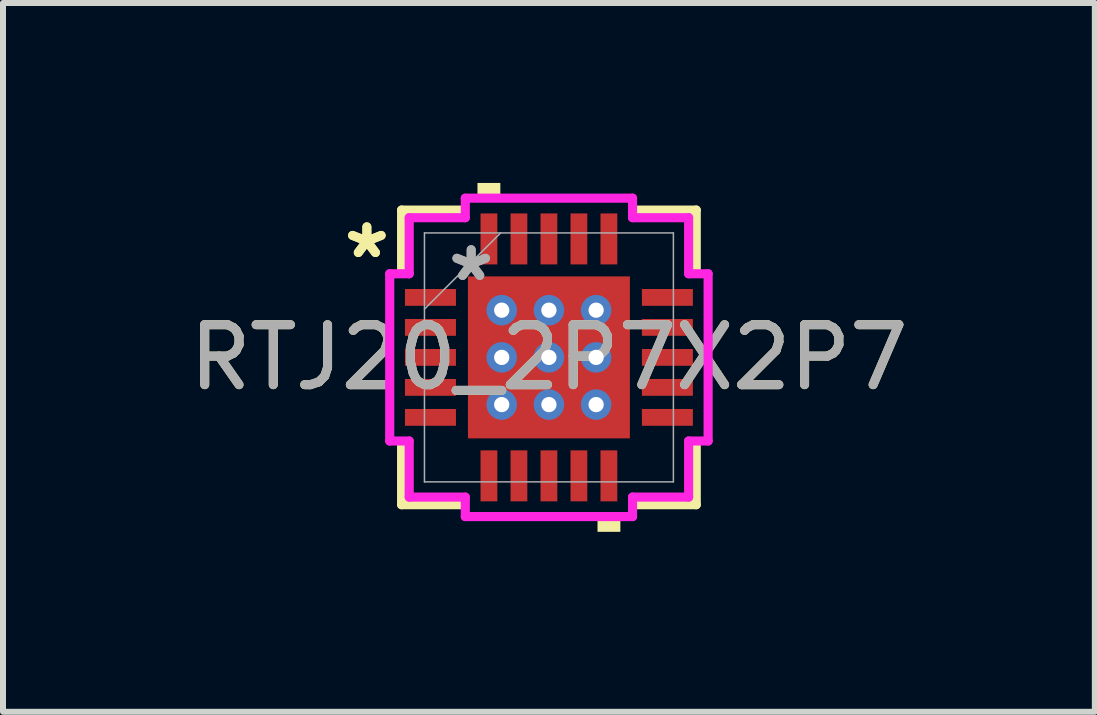
<source format=kicad_pcb>
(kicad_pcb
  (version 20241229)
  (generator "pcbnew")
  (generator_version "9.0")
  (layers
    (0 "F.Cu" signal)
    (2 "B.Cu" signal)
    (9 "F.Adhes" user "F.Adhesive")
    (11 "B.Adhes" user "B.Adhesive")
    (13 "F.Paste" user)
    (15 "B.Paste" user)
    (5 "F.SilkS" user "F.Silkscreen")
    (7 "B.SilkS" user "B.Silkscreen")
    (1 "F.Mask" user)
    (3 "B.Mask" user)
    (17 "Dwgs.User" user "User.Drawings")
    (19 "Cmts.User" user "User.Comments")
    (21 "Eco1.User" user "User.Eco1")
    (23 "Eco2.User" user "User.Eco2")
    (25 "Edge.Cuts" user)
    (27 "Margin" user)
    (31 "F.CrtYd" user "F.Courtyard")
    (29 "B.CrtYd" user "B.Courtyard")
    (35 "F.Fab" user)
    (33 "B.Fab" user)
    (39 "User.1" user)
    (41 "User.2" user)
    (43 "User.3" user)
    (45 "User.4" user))
  (footprint "RTJ20_2P7X2P7"
    (layer "F.Cu")
    (at 6.101 2.908)
    (property "Reference" "RTJ20_2P7X2P7" (at 0 0 0) (unlocked yes) (layer "F.SilkS") (effects (font (size 1 1) (thickness 0.15))))
    (attr smd)
    (fp_poly (pts (xy -1.413 -1.413) (xy -0.987 -1.413) (xy -0.987 1.413) (xy -1.413 1.413)) (stroke (width 0) (type solid)) (fill yes) (layer "F.Mask"))
    (fp_poly (pts (xy -1.413 -1.413) (xy 1.413 -1.413) (xy 1.413 -0.987) (xy -1.413 -0.987)) (stroke (width 0) (type solid)) (fill yes) (layer "F.Mask"))
    (fp_poly (pts (xy -1.413 -0.587) (xy 1.413 -0.587) (xy 1.413 -0.2) (xy -1.413 -0.2)) (stroke (width 0) (type solid)) (fill yes) (layer "F.Mask"))
    (fp_poly (pts (xy -1.413 0.2) (xy 1.413 0.2) (xy 1.413 0.587) (xy -1.413 0.587)) (stroke (width 0) (type solid)) (fill yes) (layer "F.Mask"))
    (fp_poly (pts (xy -1.413 0.987) (xy 1.413 0.987) (xy 1.413 1.413) (xy -1.413 1.413)) (stroke (width 0) (type solid)) (fill yes) (layer "F.Mask"))
    (fp_poly (pts (xy -0.2 -1.413) (xy -0.587 -1.413) (xy -0.587 1.413) (xy -0.2 1.413)) (stroke (width 0) (type solid)) (fill yes) (layer "F.Mask"))
    (fp_poly (pts (xy 0.587 -1.413) (xy 0.2 -1.413) (xy 0.2 1.413) (xy 0.587 1.413)) (stroke (width 0) (type solid)) (fill yes) (layer "F.Mask"))
    (fp_poly (pts (xy 0.987 -1.413) (xy 1.413 -1.413) (xy 1.413 1.413) (xy 0.987 1.413)) (stroke (width 0) (type solid)) (fill yes) (layer "F.Mask"))
    (fp_line (start -2.456 -2.456) (end -2.456 -1.468) (stroke (width 0.152) (type solid)) (layer "F.SilkS"))
    (fp_line (start -2.456 1.468) (end -2.456 2.456) (stroke (width 0.152) (type solid)) (layer "F.SilkS"))
    (fp_line (start -2.456 2.456) (end -1.468 2.456) (stroke (width 0.152) (type solid)) (layer "F.SilkS"))
    (fp_line (start -1.468 -2.456) (end -2.456 -2.456) (stroke (width 0.152) (type solid)) (layer "F.SilkS"))
    (fp_line (start 1.468 2.456) (end 2.456 2.456) (stroke (width 0.152) (type solid)) (layer "F.SilkS"))
    (fp_line (start 2.456 -2.456) (end 1.468 -2.456) (stroke (width 0.152) (type solid)) (layer "F.SilkS"))
    (fp_line (start 2.456 -1.468) (end 2.456 -2.456) (stroke (width 0.152) (type solid)) (layer "F.SilkS"))
    (fp_line (start 2.456 2.456) (end 2.456 1.468) (stroke (width 0.152) (type solid)) (layer "F.SilkS"))
    (fp_poly (pts (xy -1.191 -2.654) (xy -1.191 -2.908) (xy -0.81 -2.908) (xy -0.81 -2.654)) (stroke (width 0) (type solid)) (fill yes) (layer "F.SilkS"))
    (fp_poly (pts (xy 0.81 2.654) (xy 0.81 2.908) (xy 1.191 2.908) (xy 1.191 2.654)) (stroke (width 0) (type solid)) (fill yes) (layer "F.SilkS"))
    (fp_poly (pts (xy -1.275 -1.275) (xy -1.275 -0.887) (xy -1.029 -0.887) (xy -0.887 -1.029) (xy -0.887 -1.275)) (stroke (width 0) (type solid)) (fill yes) (layer "F.Paste"))
    (fp_poly (pts (xy -1.275 0.887) (xy -1.275 1.275) (xy -0.887 1.275) (xy -0.887 1.029) (xy -1.029 0.887)) (stroke (width 0) (type solid)) (fill yes) (layer "F.Paste"))
    (fp_poly (pts (xy 0.887 -1.275) (xy 0.887 -1.029) (xy 1.029 -0.887) (xy 1.275 -0.887) (xy 1.275 -1.275)) (stroke (width 0) (type solid)) (fill yes) (layer "F.Paste"))
    (fp_poly (pts (xy 1.029 0.887) (xy 0.887 1.029) (xy 0.887 1.275) (xy 1.275 1.275) (xy 1.275 0.887)) (stroke (width 0) (type solid)) (fill yes) (layer "F.Paste"))
    (fp_poly (pts (xy -1.275 -0.687) (xy -1.275 -0.1) (xy -1.029 -0.1) (xy -0.887 -0.241) (xy -0.887 -0.546) (xy -1.029 -0.687)) (stroke (width 0) (type solid)) (fill yes) (layer "F.Paste"))
    (fp_poly (pts (xy -1.275 0.1) (xy -1.275 0.687) (xy -1.029 0.687) (xy -0.887 0.546) (xy -0.887 0.241) (xy -1.029 0.1)) (stroke (width 0) (type solid)) (fill yes) (layer "F.Paste"))
    (fp_poly (pts (xy -0.687 -1.275) (xy -0.687 -1.029) (xy -0.546 -0.887) (xy -0.241 -0.887) (xy -0.1 -1.029) (xy -0.1 -1.275)) (stroke (width 0) (type solid)) (fill yes) (layer "F.Paste"))
    (fp_poly (pts (xy -0.546 0.887) (xy -0.687 1.029) (xy -0.687 1.275) (xy -0.1 1.275) (xy -0.1 1.029) (xy -0.241 0.887)) (stroke (width 0) (type solid)) (fill yes) (layer "F.Paste"))
    (fp_poly (pts (xy 0.1 -1.275) (xy 0.1 -1.029) (xy 0.241 -0.887) (xy 0.546 -0.887) (xy 0.687 -1.029) (xy 0.687 -1.275)) (stroke (width 0) (type solid)) (fill yes) (layer "F.Paste"))
    (fp_poly (pts (xy 0.241 0.887) (xy 0.1 1.029) (xy 0.1 1.275) (xy 0.687 1.275) (xy 0.687 1.029) (xy 0.546 0.887)) (stroke (width 0) (type solid)) (fill yes) (layer "F.Paste"))
    (fp_poly (pts (xy 1.029 -0.687) (xy 0.887 -0.546) (xy 0.887 -0.241) (xy 1.029 -0.1) (xy 1.275 -0.1) (xy 1.275 -0.687)) (stroke (width 0) (type solid)) (fill yes) (layer "F.Paste"))
    (fp_poly (pts (xy 1.029 0.1) (xy 0.887 0.241) (xy 0.887 0.546) (xy 1.029 0.687) (xy 1.275 0.687) (xy 1.275 0.1)) (stroke (width 0) (type solid)) (fill yes) (layer "F.Paste"))
    (fp_poly (pts (xy -0.546 -0.687) (xy -0.687 -0.546) (xy -0.687 -0.241) (xy -0.546 -0.1) (xy -0.241 -0.1) (xy -0.1 -0.241) (xy -0.1 -0.546) (xy -0.241 -0.687)) (stroke (width 0) (type solid)) (fill yes) (layer "F.Paste"))
    (fp_poly (pts (xy -0.546 0.1) (xy -0.687 0.241) (xy -0.687 0.546) (xy -0.546 0.687) (xy -0.241 0.687) (xy -0.1 0.546) (xy -0.1 0.241) (xy -0.241 0.1)) (stroke (width 0) (type solid)) (fill yes) (layer "F.Paste"))
    (fp_poly (pts (xy 0.241 -0.687) (xy 0.1 -0.546) (xy 0.1 -0.241) (xy 0.241 -0.1) (xy 0.546 -0.1) (xy 0.687 -0.241) (xy 0.687 -0.546) (xy 0.546 -0.687)) (stroke (width 0) (type solid)) (fill yes) (layer "F.Paste"))
    (fp_poly (pts (xy 0.241 0.1) (xy 0.1 0.241) (xy 0.1 0.546) (xy 0.241 0.687) (xy 0.546 0.687) (xy 0.687 0.546) (xy 0.687 0.241) (xy 0.546 0.1)) (stroke (width 0) (type solid)) (fill yes) (layer "F.Paste"))
    (fp_line (start -2.654 -1.394) (end -2.329 -1.394) (stroke (width 0.152) (type solid)) (layer "F.CrtYd"))
    (fp_line (start -2.654 1.394) (end -2.654 -1.394) (stroke (width 0.152) (type solid)) (layer "F.CrtYd"))
    (fp_line (start -2.329 -2.329) (end -1.394 -2.329) (stroke (width 0.152) (type solid)) (layer "F.CrtYd"))
    (fp_line (start -2.329 -1.394) (end -2.329 -2.329) (stroke (width 0.152) (type solid)) (layer "F.CrtYd"))
    (fp_line (start -2.329 1.394) (end -2.654 1.394) (stroke (width 0.152) (type solid)) (layer "F.CrtYd"))
    (fp_line (start -2.329 2.329) (end -2.329 1.394) (stroke (width 0.152) (type solid)) (layer "F.CrtYd"))
    (fp_line (start -1.394 -2.654) (end 1.394 -2.654) (stroke (width 0.152) (type solid)) (layer "F.CrtYd"))
    (fp_line (start -1.394 -2.329) (end -1.394 -2.654) (stroke (width 0.152) (type solid)) (layer "F.CrtYd"))
    (fp_line (start -1.394 2.329) (end -2.329 2.329) (stroke (width 0.152) (type solid)) (layer "F.CrtYd"))
    (fp_line (start -1.394 2.654) (end -1.394 2.329) (stroke (width 0.152) (type solid)) (layer "F.CrtYd"))
    (fp_line (start 1.394 -2.654) (end 1.394 -2.329) (stroke (width 0.152) (type solid)) (layer "F.CrtYd"))
    (fp_line (start 1.394 -2.329) (end 2.329 -2.329) (stroke (width 0.152) (type solid)) (layer "F.CrtYd"))
    (fp_line (start 1.394 2.329) (end 1.394 2.654) (stroke (width 0.152) (type solid)) (layer "F.CrtYd"))
    (fp_line (start 1.394 2.654) (end -1.394 2.654) (stroke (width 0.152) (type solid)) (layer "F.CrtYd"))
    (fp_line (start 2.329 -2.329) (end 2.329 -1.394) (stroke (width 0.152) (type solid)) (layer "F.CrtYd"))
    (fp_line (start 2.329 -1.394) (end 2.654 -1.394) (stroke (width 0.152) (type solid)) (layer "F.CrtYd"))
    (fp_line (start 2.329 1.394) (end 2.329 2.329) (stroke (width 0.152) (type solid)) (layer "F.CrtYd"))
    (fp_line (start 2.329 2.329) (end 1.394 2.329) (stroke (width 0.152) (type solid)) (layer "F.CrtYd"))
    (fp_line (start 2.654 -1.394) (end 2.654 1.394) (stroke (width 0.152) (type solid)) (layer "F.CrtYd"))
    (fp_line (start 2.654 1.394) (end 2.329 1.394) (stroke (width 0.152) (type solid)) (layer "F.CrtYd"))
    (fp_line (start -2.075 -2.075) (end -2.075 2.075) (stroke (width 0.025) (type solid)) (layer "F.Fab"))
    (fp_line (start -2.075 -0.805) (end -0.805 -2.075) (stroke (width 0.025) (type solid)) (layer "F.Fab"))
    (fp_line (start -2.075 2.075) (end 2.075 2.075) (stroke (width 0.025) (type solid)) (layer "F.Fab"))
    (fp_line (start 2.075 -2.075) (end -2.075 -2.075) (stroke (width 0.025) (type solid)) (layer "F.Fab"))
    (fp_line (start 2.075 2.075) (end 2.075 -2.075) (stroke (width 0.025) (type solid)) (layer "F.Fab"))
    (fp_text user "*" (at -3.035 -1.631 0) (layer "F.SilkS") (effects (font (size 1 1) (thickness 0.15))))
    (fp_text user "*" (at -3.035 -1.631 0) (unlocked yes) (layer "F.SilkS") (effects (font (size 1 1) (thickness 0.15))))
    (fp_text user "${REFERENCE}" (at 0 0 0) (unlocked yes) (layer "F.Fab") (effects (font (size 1 1) (thickness 0.15))))
    (fp_text user "*" (at -1.296 -1.25 0) (layer "F.Fab") (effects (font (size 1 1) (thickness 0.15))))
    (fp_text user "*" (at -1.296 -1.25 0) (unlocked yes) (layer "F.Fab") (effects (font (size 1 1) (thickness 0.15))))
    (pad "1" smd rect (at -1.975 -1 90) (size 0.28 0.85) (layers "F.Cu" "F.Mask" "F.Paste"))
    (pad "2" smd rect (at -1.975 -0.5 90) (size 0.28 0.85) (layers "F.Cu" "F.Mask" "F.Paste"))
    (pad "3" smd rect (at -1.975 0 90) (size 0.28 0.85) (layers "F.Cu" "F.Mask" "F.Paste"))
    (pad "4" smd rect (at -1.975 0.5 90) (size 0.28 0.85) (layers "F.Cu" "F.Mask" "F.Paste"))
    (pad "5" smd rect (at -1.975 1 90) (size 0.28 0.85) (layers "F.Cu" "F.Mask" "F.Paste"))
    (pad "6" smd rect (at -1 1.975) (size 0.28 0.85) (layers "F.Cu" "F.Mask" "F.Paste"))
    (pad "7" smd rect (at -0.5 1.975) (size 0.28 0.85) (layers "F.Cu" "F.Mask" "F.Paste"))
    (pad "8" smd rect (at 0 1.975) (size 0.28 0.85) (layers "F.Cu" "F.Mask" "F.Paste"))
    (pad "9" smd rect (at 0.5 1.975) (size 0.28 0.85) (layers "F.Cu" "F.Mask" "F.Paste"))
    (pad "10" smd rect (at 1 1.975) (size 0.28 0.85) (layers "F.Cu" "F.Mask" "F.Paste"))
    (pad "11" smd rect (at 1.975 1 90) (size 0.28 0.85) (layers "F.Cu" "F.Mask" "F.Paste"))
    (pad "12" smd rect (at 1.975 0.5 90) (size 0.28 0.85) (layers "F.Cu" "F.Mask" "F.Paste"))
    (pad "13" smd rect (at 1.975 0 90) (size 0.28 0.85) (layers "F.Cu" "F.Mask" "F.Paste"))
    (pad "14" smd rect (at 1.975 -0.5 90) (size 0.28 0.85) (layers "F.Cu" "F.Mask" "F.Paste"))
    (pad "15" smd rect (at 1.975 -1 90) (size 0.28 0.85) (layers "F.Cu" "F.Mask" "F.Paste"))
    (pad "16" smd rect (at 1 -1.975) (size 0.28 0.85) (layers "F.Cu" "F.Mask" "F.Paste"))
    (pad "17" smd rect (at 0.5 -1.975) (size 0.28 0.85) (layers "F.Cu" "F.Mask" "F.Paste"))
    (pad "18" smd rect (at 0 -1.975) (size 0.28 0.85) (layers "F.Cu" "F.Mask" "F.Paste"))
    (pad "19" smd rect (at -0.5 -1.975) (size 0.28 0.85) (layers "F.Cu" "F.Mask" "F.Paste"))
    (pad "20" smd rect (at -1 -1.975) (size 0.28 0.85) (layers "F.Cu" "F.Mask" "F.Paste"))
    (pad "21" smd rect (at 0 0) (size 2.7 2.7) (layers "F.Cu"))
    (pad "V" thru_hole circle (at -0.787 -0.787) (size 0.508 0.508) (drill 0.254) (layers "*.Cu" "*.Mask"))
    (pad "V" thru_hole circle (at -0.787 0) (size 0.508 0.508) (drill 0.254) (layers "*.Cu" "*.Mask"))
    (pad "V" thru_hole circle (at -0.787 0.787) (size 0.508 0.508) (drill 0.254) (layers "*.Cu" "*.Mask"))
    (pad "V" thru_hole circle (at 0 -0.787) (size 0.508 0.508) (drill 0.254) (layers "*.Cu" "*.Mask"))
    (pad "V" thru_hole circle (at 0 0) (size 0.508 0.508) (drill 0.254) (layers "*.Cu" "*.Mask"))
    (pad "V" thru_hole circle (at 0 0.787) (size 0.508 0.508) (drill 0.254) (layers "*.Cu" "*.Mask"))
    (pad "V" thru_hole circle (at 0.787 -0.787) (size 0.508 0.508) (drill 0.254) (layers "*.Cu" "*.Mask"))
    (pad "V" thru_hole circle (at 0.787 0) (size 0.508 0.508) (drill 0.254) (layers "*.Cu" "*.Mask"))
    (pad "V" thru_hole circle (at 0.787 0.787) (size 0.508 0.508) (drill 0.254) (layers "*.Cu" "*.Mask")))
  (gr_rect
    (start -3 -3)
    (end 15.202 8.816)
    (stroke (width 0.1) (type default))
    (fill no)
    (layer "Edge.Cuts")))
</source>
